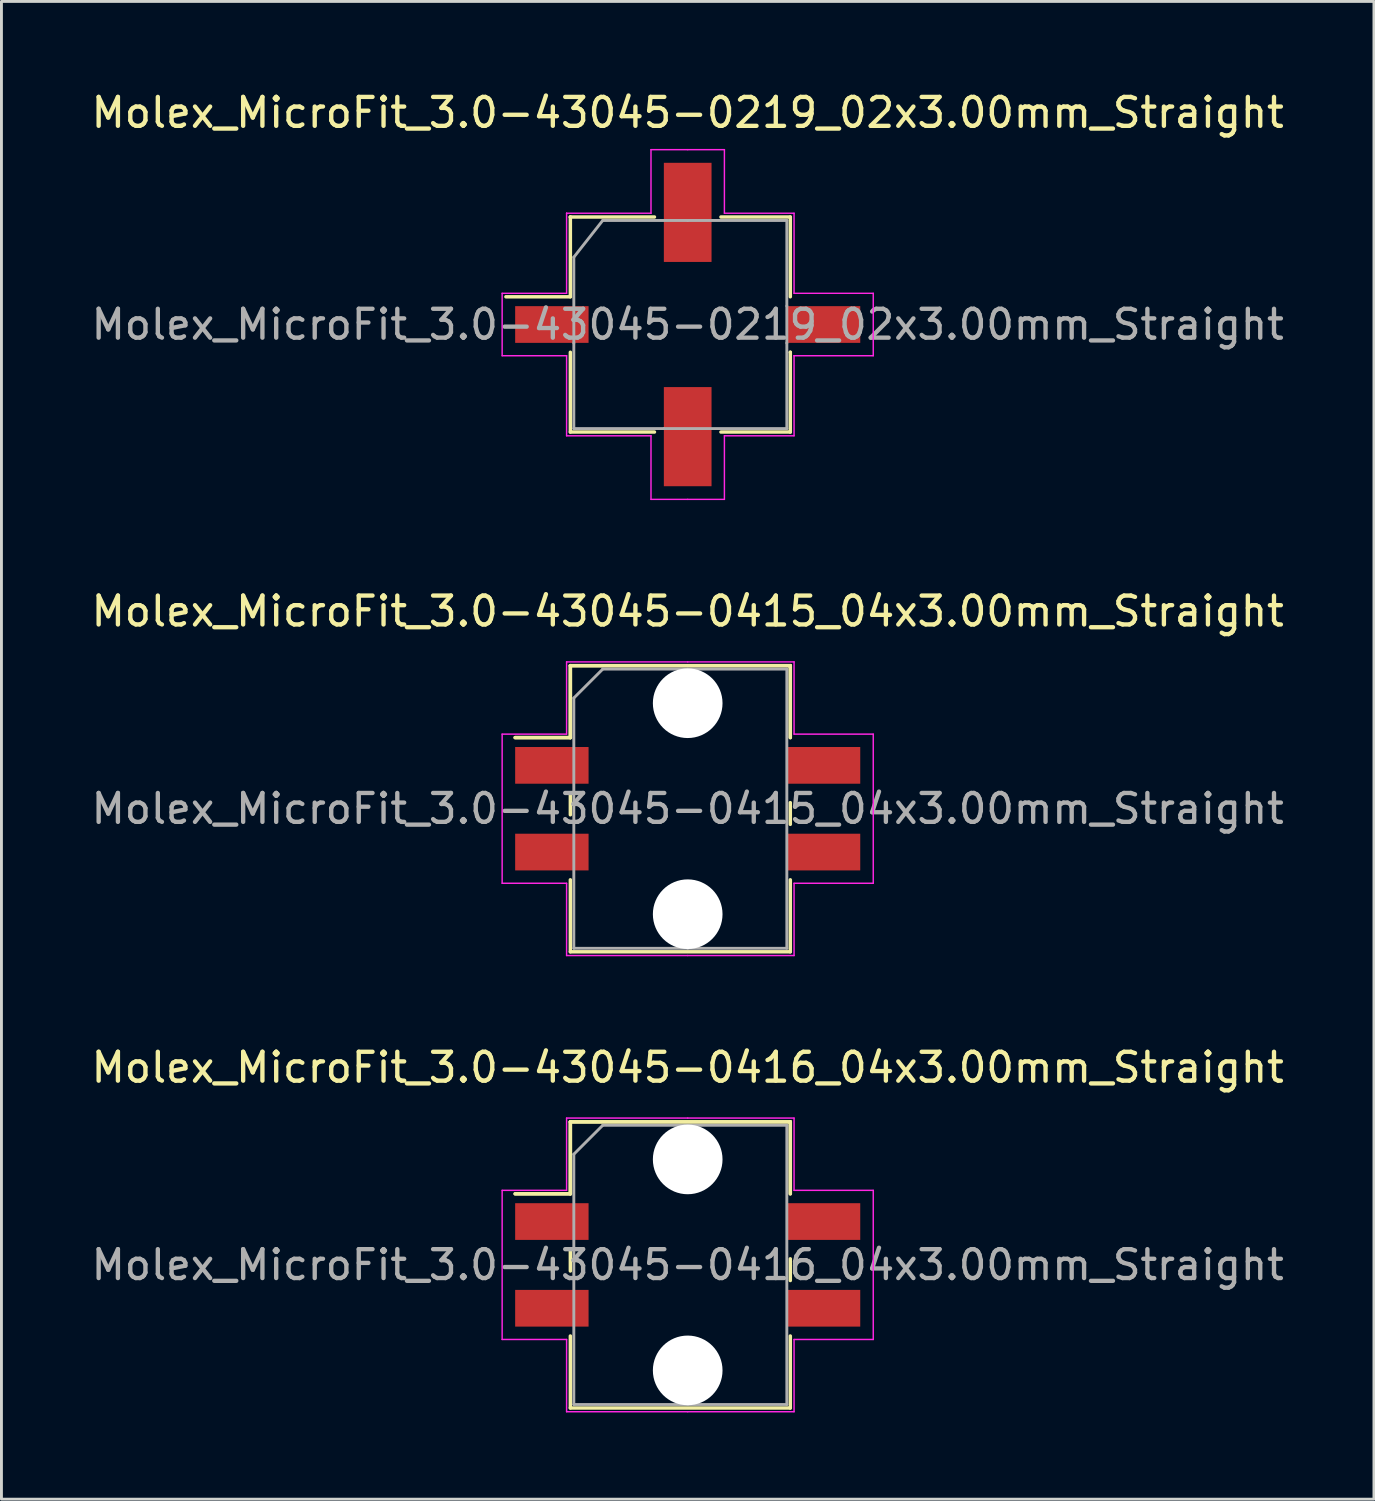
<source format=kicad_pcb>
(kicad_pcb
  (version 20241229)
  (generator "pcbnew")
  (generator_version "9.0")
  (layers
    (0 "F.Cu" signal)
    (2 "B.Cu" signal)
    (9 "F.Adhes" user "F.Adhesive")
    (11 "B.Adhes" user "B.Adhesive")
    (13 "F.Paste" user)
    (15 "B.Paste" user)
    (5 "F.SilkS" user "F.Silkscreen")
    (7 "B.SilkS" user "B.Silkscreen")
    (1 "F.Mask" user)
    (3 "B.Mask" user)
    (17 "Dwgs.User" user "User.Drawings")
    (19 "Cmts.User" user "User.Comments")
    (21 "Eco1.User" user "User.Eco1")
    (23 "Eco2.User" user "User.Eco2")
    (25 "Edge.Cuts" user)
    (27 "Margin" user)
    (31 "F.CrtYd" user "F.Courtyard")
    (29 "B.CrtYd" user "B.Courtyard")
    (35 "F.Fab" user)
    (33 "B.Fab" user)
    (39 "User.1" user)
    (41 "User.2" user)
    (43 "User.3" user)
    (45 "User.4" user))
  (footprint "Molex_MicroFit_3.0-43045-0219_02x3.00mm_Straight"
    (layer "F.Cu")
    (at 20.744 8.178)
    (property "Reference" "Molex_MicroFit_3.0-43045-0219_02x3.00mm_Straight" (at 0 -7.33 0) (layer "F.SilkS") (effects (font (size 1 1) (thickness 0.15))))
    (attr smd)
    (fp_line (start -6.29 -0.96) (end -4.06 -0.96) (stroke (width 0.12) (type solid)) (layer "F.SilkS"))
    (fp_line (start -4.06 -3.72) (end -4.06 -3.72) (stroke (width 0.12) (type solid)) (layer "F.SilkS"))
    (fp_line (start -4.06 -3.72) (end -1.15 -3.72) (stroke (width 0.12) (type solid)) (layer "F.SilkS"))
    (fp_line (start -4.06 -0.96) (end -4.06 -3.72) (stroke (width 0.12) (type solid)) (layer "F.SilkS"))
    (fp_line (start -4.06 3.72) (end -4.06 0.96) (stroke (width 0.12) (type solid)) (layer "F.SilkS"))
    (fp_line (start -1.15 3.72) (end -4.06 3.72) (stroke (width 0.12) (type solid)) (layer "F.SilkS"))
    (fp_line (start 1.15 -3.72) (end 3.55 -3.72) (stroke (width 0.12) (type solid)) (layer "F.SilkS"))
    (fp_line (start 3.55 -3.72) (end 3.55 -0.96) (stroke (width 0.12) (type solid)) (layer "F.SilkS"))
    (fp_line (start 3.55 0.96) (end 3.55 0.96) (stroke (width 0.12) (type solid)) (layer "F.SilkS"))
    (fp_line (start 3.55 0.96) (end 3.55 3.72) (stroke (width 0.12) (type solid)) (layer "F.SilkS"))
    (fp_line (start 3.55 3.72) (end 1.15 3.72) (stroke (width 0.12) (type solid)) (layer "F.SilkS"))
    (fp_line (start -6.42 -1.08) (end -4.19 -1.08) (stroke (width 0.05) (type solid)) (layer "F.CrtYd"))
    (fp_line (start -6.42 1.08) (end -6.42 -1.08) (stroke (width 0.05) (type solid)) (layer "F.CrtYd"))
    (fp_line (start -4.19 -3.85) (end -4.19 -3.85) (stroke (width 0.05) (type solid)) (layer "F.CrtYd"))
    (fp_line (start -4.19 -3.85) (end -1.27 -3.85) (stroke (width 0.05) (type solid)) (layer "F.CrtYd"))
    (fp_line (start -4.19 -1.08) (end -4.19 -3.85) (stroke (width 0.05) (type solid)) (layer "F.CrtYd"))
    (fp_line (start -4.19 1.08) (end -6.42 1.08) (stroke (width 0.05) (type solid)) (layer "F.CrtYd"))
    (fp_line (start -4.19 3.85) (end -4.19 1.08) (stroke (width 0.05) (type solid)) (layer "F.CrtYd"))
    (fp_line (start -1.27 -6.05) (end 0 -6.05) (stroke (width 0.05) (type solid)) (layer "F.CrtYd"))
    (fp_line (start -1.27 -3.85) (end -1.27 -6.05) (stroke (width 0.05) (type solid)) (layer "F.CrtYd"))
    (fp_line (start -1.27 3.85) (end -4.19 3.85) (stroke (width 0.05) (type solid)) (layer "F.CrtYd"))
    (fp_line (start -1.27 6.05) (end -1.27 3.85) (stroke (width 0.05) (type solid)) (layer "F.CrtYd"))
    (fp_line (start 0 -6.05) (end 1.27 -6.05) (stroke (width 0.05) (type solid)) (layer "F.CrtYd"))
    (fp_line (start 0 6.05) (end -1.27 6.05) (stroke (width 0.05) (type solid)) (layer "F.CrtYd"))
    (fp_line (start 1.27 -6.05) (end 1.27 -3.85) (stroke (width 0.05) (type solid)) (layer "F.CrtYd"))
    (fp_line (start 1.27 -3.85) (end 3.68 -3.85) (stroke (width 0.05) (type solid)) (layer "F.CrtYd"))
    (fp_line (start 1.27 3.85) (end 1.27 6.05) (stroke (width 0.05) (type solid)) (layer "F.CrtYd"))
    (fp_line (start 1.27 6.05) (end 0 6.05) (stroke (width 0.05) (type solid)) (layer "F.CrtYd"))
    (fp_line (start 3.68 -3.85) (end 3.68 -1.08) (stroke (width 0.05) (type solid)) (layer "F.CrtYd"))
    (fp_line (start 3.68 -1.08) (end 6.42 -1.08) (stroke (width 0.05) (type solid)) (layer "F.CrtYd"))
    (fp_line (start 3.68 1.08) (end 3.68 1.08) (stroke (width 0.05) (type solid)) (layer "F.CrtYd"))
    (fp_line (start 3.68 1.08) (end 3.68 3.85) (stroke (width 0.05) (type solid)) (layer "F.CrtYd"))
    (fp_line (start 3.68 3.85) (end 1.27 3.85) (stroke (width 0.05) (type solid)) (layer "F.CrtYd"))
    (fp_line (start 6.42 -1.08) (end 6.42 1.08) (stroke (width 0.05) (type solid)) (layer "F.CrtYd"))
    (fp_line (start 6.42 1.08) (end 3.68 1.08) (stroke (width 0.05) (type solid)) (layer "F.CrtYd"))
    (fp_line (start -3.94 -2.33) (end -2.94 -3.6) (stroke (width 0.1) (type solid)) (layer "F.Fab"))
    (fp_line (start -3.94 0.64) (end -3.94 -2.33) (stroke (width 0.1) (type solid)) (layer "F.Fab"))
    (fp_line (start -3.94 3.6) (end -3.94 0.64) (stroke (width 0.1) (type solid)) (layer "F.Fab"))
    (fp_line (start -2.94 -3.6) (end 0 -3.6) (stroke (width 0.1) (type solid)) (layer "F.Fab"))
    (fp_line (start -0.82 3.6) (end -3.94 3.6) (stroke (width 0.1) (type solid)) (layer "F.Fab"))
    (fp_line (start 0 -3.6) (end 3.43 -3.6) (stroke (width 0.1) (type solid)) (layer "F.Fab"))
    (fp_line (start 3.43 -3.6) (end 3.43 -0.64) (stroke (width 0.1) (type solid)) (layer "F.Fab"))
    (fp_line (start 3.43 -0.64) (end 3.43 0.64) (stroke (width 0.1) (type solid)) (layer "F.Fab"))
    (fp_line (start 3.43 0.64) (end 3.43 3.6) (stroke (width 0.1) (type solid)) (layer "F.Fab"))
    (fp_line (start 3.43 3.6) (end -0.82 3.6) (stroke (width 0.1) (type solid)) (layer "F.Fab"))
    (fp_text user "${REFERENCE}" (at 0 0 0) (layer "F.Fab") (effects (font (size 1 1) (thickness 0.15))))
    (pad "" smd rect (at 0 -3.88) (size 1.65 3.43) (layers "F.Cu" "F.Mask" "F.Paste"))
    (pad "" smd rect (at 0 3.88) (size 1.65 3.43) (layers "F.Cu" "F.Mask" "F.Paste"))
    (pad "1" smd rect (at -4.7 0) (size 2.54 1.27) (layers "F.Cu" "F.Mask" "F.Paste"))
    (pad "2" smd rect (at 4.7 0) (size 2.54 1.27) (layers "F.Cu" "F.Mask" "F.Paste")))
  (footprint "Molex_MicroFit_3.0-43045-0415_04x3.00mm_Straight"
    (layer "F.Cu")
    (at 20.744 24.931)
    (property "Reference" "Molex_MicroFit_3.0-43045-0415_04x3.00mm_Straight" (at 0 -6.83 0) (layer "F.SilkS") (effects (font (size 1 1) (thickness 0.15))))
    (attr smd)
    (fp_line (start -5.97 -2.46) (end -4.06 -2.46) (stroke (width 0.12) (type solid)) (layer "F.SilkS"))
    (fp_line (start -5.97 -2.46) (end -4.06 -2.46) (stroke (width 0.12) (type solid)) (layer "F.SilkS"))
    (fp_line (start -4.06 -4.95) (end 3.55 -4.95) (stroke (width 0.12) (type solid)) (layer "F.SilkS"))
    (fp_line (start -4.06 -4.95) (end 3.55 -4.95) (stroke (width 0.12) (type solid)) (layer "F.SilkS"))
    (fp_line (start -4.06 -2.46) (end -4.06 -4.95) (stroke (width 0.12) (type solid)) (layer "F.SilkS"))
    (fp_line (start -4.06 -2.46) (end -4.06 -4.95) (stroke (width 0.12) (type solid)) (layer "F.SilkS"))
    (fp_line (start -4.06 -0.54) (end -4.06 0.21) (stroke (width 0.12) (type solid)) (layer "F.SilkS"))
    (fp_line (start -4.06 4.95) (end -4.06 2.46) (stroke (width 0.12) (type solid)) (layer "F.SilkS"))
    (fp_line (start 3.55 -4.95) (end 3.55 -2.46) (stroke (width 0.12) (type solid)) (layer "F.SilkS"))
    (fp_line (start 3.55 -4.95) (end 3.55 -2.46) (stroke (width 0.12) (type solid)) (layer "F.SilkS"))
    (fp_line (start 3.55 0.54) (end 3.55 -0.21) (stroke (width 0.12) (type solid)) (layer "F.SilkS"))
    (fp_line (start 3.55 2.46) (end 3.55 4.95) (stroke (width 0.12) (type solid)) (layer "F.SilkS"))
    (fp_line (start 3.55 4.95) (end -4.06 4.95) (stroke (width 0.12) (type solid)) (layer "F.SilkS"))
    (fp_line (start -6.42 -2.58) (end -4.19 -2.58) (stroke (width 0.05) (type solid)) (layer "F.CrtYd"))
    (fp_line (start -6.42 2.58) (end -6.42 -2.58) (stroke (width 0.05) (type solid)) (layer "F.CrtYd"))
    (fp_line (start -4.19 -5.08) (end 0 -5.08) (stroke (width 0.05) (type solid)) (layer "F.CrtYd"))
    (fp_line (start -4.19 -2.58) (end -4.19 -5.08) (stroke (width 0.05) (type solid)) (layer "F.CrtYd"))
    (fp_line (start -4.19 2.58) (end -6.42 2.58) (stroke (width 0.05) (type solid)) (layer "F.CrtYd"))
    (fp_line (start -4.19 5.08) (end -4.19 2.58) (stroke (width 0.05) (type solid)) (layer "F.CrtYd"))
    (fp_line (start 0 -5.08) (end 3.68 -5.08) (stroke (width 0.05) (type solid)) (layer "F.CrtYd"))
    (fp_line (start 0 5.08) (end -4.19 5.08) (stroke (width 0.05) (type solid)) (layer "F.CrtYd"))
    (fp_line (start 3.68 -5.08) (end 3.68 -2.58) (stroke (width 0.05) (type solid)) (layer "F.CrtYd"))
    (fp_line (start 3.68 -2.58) (end 6.42 -2.58) (stroke (width 0.05) (type solid)) (layer "F.CrtYd"))
    (fp_line (start 3.68 2.58) (end 3.68 5.08) (stroke (width 0.05) (type solid)) (layer "F.CrtYd"))
    (fp_line (start 3.68 5.08) (end 0 5.08) (stroke (width 0.05) (type solid)) (layer "F.CrtYd"))
    (fp_line (start 6.42 -2.58) (end 6.42 2.58) (stroke (width 0.05) (type solid)) (layer "F.CrtYd"))
    (fp_line (start 6.42 2.58) (end 3.68 2.58) (stroke (width 0.05) (type solid)) (layer "F.CrtYd"))
    (fp_line (start -3.94 -3.83) (end -2.94 -4.83) (stroke (width 0.1) (type solid)) (layer "F.Fab"))
    (fp_line (start -3.94 4.83) (end -3.94 -3.83) (stroke (width 0.1) (type solid)) (layer "F.Fab"))
    (fp_line (start -2.94 -4.83) (end 0 -4.83) (stroke (width 0.1) (type solid)) (layer "F.Fab"))
    (fp_line (start 0 -4.83) (end 3.43 -4.83) (stroke (width 0.1) (type solid)) (layer "F.Fab"))
    (fp_line (start 0 4.83) (end -3.94 4.83) (stroke (width 0.1) (type solid)) (layer "F.Fab"))
    (fp_line (start 3.43 -4.83) (end 3.43 4.83) (stroke (width 0.1) (type solid)) (layer "F.Fab"))
    (fp_line (start 3.43 4.83) (end 0 4.83) (stroke (width 0.1) (type solid)) (layer "F.Fab"))
    (fp_text user "${REFERENCE}" (at 0 0 0) (layer "F.Fab") (effects (font (size 1 1) (thickness 0.15))))
    (pad "" np_thru_hole circle (at 0 -3.65) (size 2.41 2.41) (drill 2.41) (layers "*.Cu"))
    (pad "" np_thru_hole circle (at 0 3.65) (size 2.41 2.41) (drill 2.41) (layers "*.Cu"))
    (pad "1" smd rect (at -4.7 -1.5) (size 2.54 1.27) (layers "F.Cu" "F.Mask" "F.Paste"))
    (pad "2" smd rect (at -4.7 1.5) (size 2.54 1.27) (layers "F.Cu" "F.Mask" "F.Paste"))
    (pad "3" smd rect (at 4.7 1.5) (size 2.54 1.27) (layers "F.Cu" "F.Mask" "F.Paste"))
    (pad "4" smd rect (at 4.7 -1.5) (size 2.54 1.27) (layers "F.Cu" "F.Mask" "F.Paste")))
  (footprint "Molex_MicroFit_3.0-43045-0416_04x3.00mm_Straight"
    (layer "F.Cu")
    (at 20.744 40.715)
    (property "Reference" "Molex_MicroFit_3.0-43045-0416_04x3.00mm_Straight" (at 0 -6.83 0) (layer "F.SilkS") (effects (font (size 1 1) (thickness 0.15))))
    (attr smd)
    (fp_line (start -5.97 -2.46) (end -4.06 -2.46) (stroke (width 0.12) (type solid)) (layer "F.SilkS"))
    (fp_line (start -5.97 -2.46) (end -4.06 -2.46) (stroke (width 0.12) (type solid)) (layer "F.SilkS"))
    (fp_line (start -4.06 -4.95) (end 3.55 -4.95) (stroke (width 0.12) (type solid)) (layer "F.SilkS"))
    (fp_line (start -4.06 -4.95) (end 3.55 -4.95) (stroke (width 0.12) (type solid)) (layer "F.SilkS"))
    (fp_line (start -4.06 -2.46) (end -4.06 -4.95) (stroke (width 0.12) (type solid)) (layer "F.SilkS"))
    (fp_line (start -4.06 -2.46) (end -4.06 -4.95) (stroke (width 0.12) (type solid)) (layer "F.SilkS"))
    (fp_line (start -4.06 -0.54) (end -4.06 0.21) (stroke (width 0.12) (type solid)) (layer "F.SilkS"))
    (fp_line (start -4.06 4.95) (end -4.06 2.46) (stroke (width 0.12) (type solid)) (layer "F.SilkS"))
    (fp_line (start 3.55 -4.95) (end 3.55 -2.46) (stroke (width 0.12) (type solid)) (layer "F.SilkS"))
    (fp_line (start 3.55 -4.95) (end 3.55 -2.46) (stroke (width 0.12) (type solid)) (layer "F.SilkS"))
    (fp_line (start 3.55 0.54) (end 3.55 -0.21) (stroke (width 0.12) (type solid)) (layer "F.SilkS"))
    (fp_line (start 3.55 2.46) (end 3.55 4.95) (stroke (width 0.12) (type solid)) (layer "F.SilkS"))
    (fp_line (start 3.55 4.95) (end -4.06 4.95) (stroke (width 0.12) (type solid)) (layer "F.SilkS"))
    (fp_line (start -6.42 -2.58) (end -4.19 -2.58) (stroke (width 0.05) (type solid)) (layer "F.CrtYd"))
    (fp_line (start -6.42 2.58) (end -6.42 -2.58) (stroke (width 0.05) (type solid)) (layer "F.CrtYd"))
    (fp_line (start -4.19 -5.08) (end 0 -5.08) (stroke (width 0.05) (type solid)) (layer "F.CrtYd"))
    (fp_line (start -4.19 -2.58) (end -4.19 -5.08) (stroke (width 0.05) (type solid)) (layer "F.CrtYd"))
    (fp_line (start -4.19 2.58) (end -6.42 2.58) (stroke (width 0.05) (type solid)) (layer "F.CrtYd"))
    (fp_line (start -4.19 5.08) (end -4.19 2.58) (stroke (width 0.05) (type solid)) (layer "F.CrtYd"))
    (fp_line (start 0 -5.08) (end 3.68 -5.08) (stroke (width 0.05) (type solid)) (layer "F.CrtYd"))
    (fp_line (start 0 5.08) (end -4.19 5.08) (stroke (width 0.05) (type solid)) (layer "F.CrtYd"))
    (fp_line (start 3.68 -5.08) (end 3.68 -2.58) (stroke (width 0.05) (type solid)) (layer "F.CrtYd"))
    (fp_line (start 3.68 -2.58) (end 6.42 -2.58) (stroke (width 0.05) (type solid)) (layer "F.CrtYd"))
    (fp_line (start 3.68 2.58) (end 3.68 5.08) (stroke (width 0.05) (type solid)) (layer "F.CrtYd"))
    (fp_line (start 3.68 5.08) (end 0 5.08) (stroke (width 0.05) (type solid)) (layer "F.CrtYd"))
    (fp_line (start 6.42 -2.58) (end 6.42 2.58) (stroke (width 0.05) (type solid)) (layer "F.CrtYd"))
    (fp_line (start 6.42 2.58) (end 3.68 2.58) (stroke (width 0.05) (type solid)) (layer "F.CrtYd"))
    (fp_line (start -3.94 -3.83) (end -2.94 -4.83) (stroke (width 0.1) (type solid)) (layer "F.Fab"))
    (fp_line (start -3.94 4.83) (end -3.94 -3.83) (stroke (width 0.1) (type solid)) (layer "F.Fab"))
    (fp_line (start -2.94 -4.83) (end 0 -4.83) (stroke (width 0.1) (type solid)) (layer "F.Fab"))
    (fp_line (start 0 -4.83) (end 3.43 -4.83) (stroke (width 0.1) (type solid)) (layer "F.Fab"))
    (fp_line (start 0 4.83) (end -3.94 4.83) (stroke (width 0.1) (type solid)) (layer "F.Fab"))
    (fp_line (start 3.43 -4.83) (end 3.43 4.83) (stroke (width 0.1) (type solid)) (layer "F.Fab"))
    (fp_line (start 3.43 4.83) (end 0 4.83) (stroke (width 0.1) (type solid)) (layer "F.Fab"))
    (fp_text user "${REFERENCE}" (at 0 0 0) (layer "F.Fab") (effects (font (size 1 1) (thickness 0.15))))
    (pad "" np_thru_hole circle (at 0 -3.65) (size 2.41 2.41) (drill 2.41) (layers "*.Cu"))
    (pad "" np_thru_hole circle (at 0 3.65) (size 2.41 2.41) (drill 2.41) (layers "*.Cu"))
    (pad "1" smd rect (at -4.7 -1.5) (size 2.54 1.27) (layers "F.Cu" "F.Mask" "F.Paste"))
    (pad "2" smd rect (at -4.7 1.5) (size 2.54 1.27) (layers "F.Cu" "F.Mask" "F.Paste"))
    (pad "3" smd rect (at 4.7 1.5) (size 2.54 1.27) (layers "F.Cu" "F.Mask" "F.Paste"))
    (pad "4" smd rect (at 4.7 -1.5) (size 2.54 1.27) (layers "F.Cu" "F.Mask" "F.Paste")))
  (gr_rect
    (start -3 -3)
    (end 44.488 48.82)
    (stroke (width 0.1) (type default))
    (fill no)
    (layer "Edge.Cuts")))
</source>
